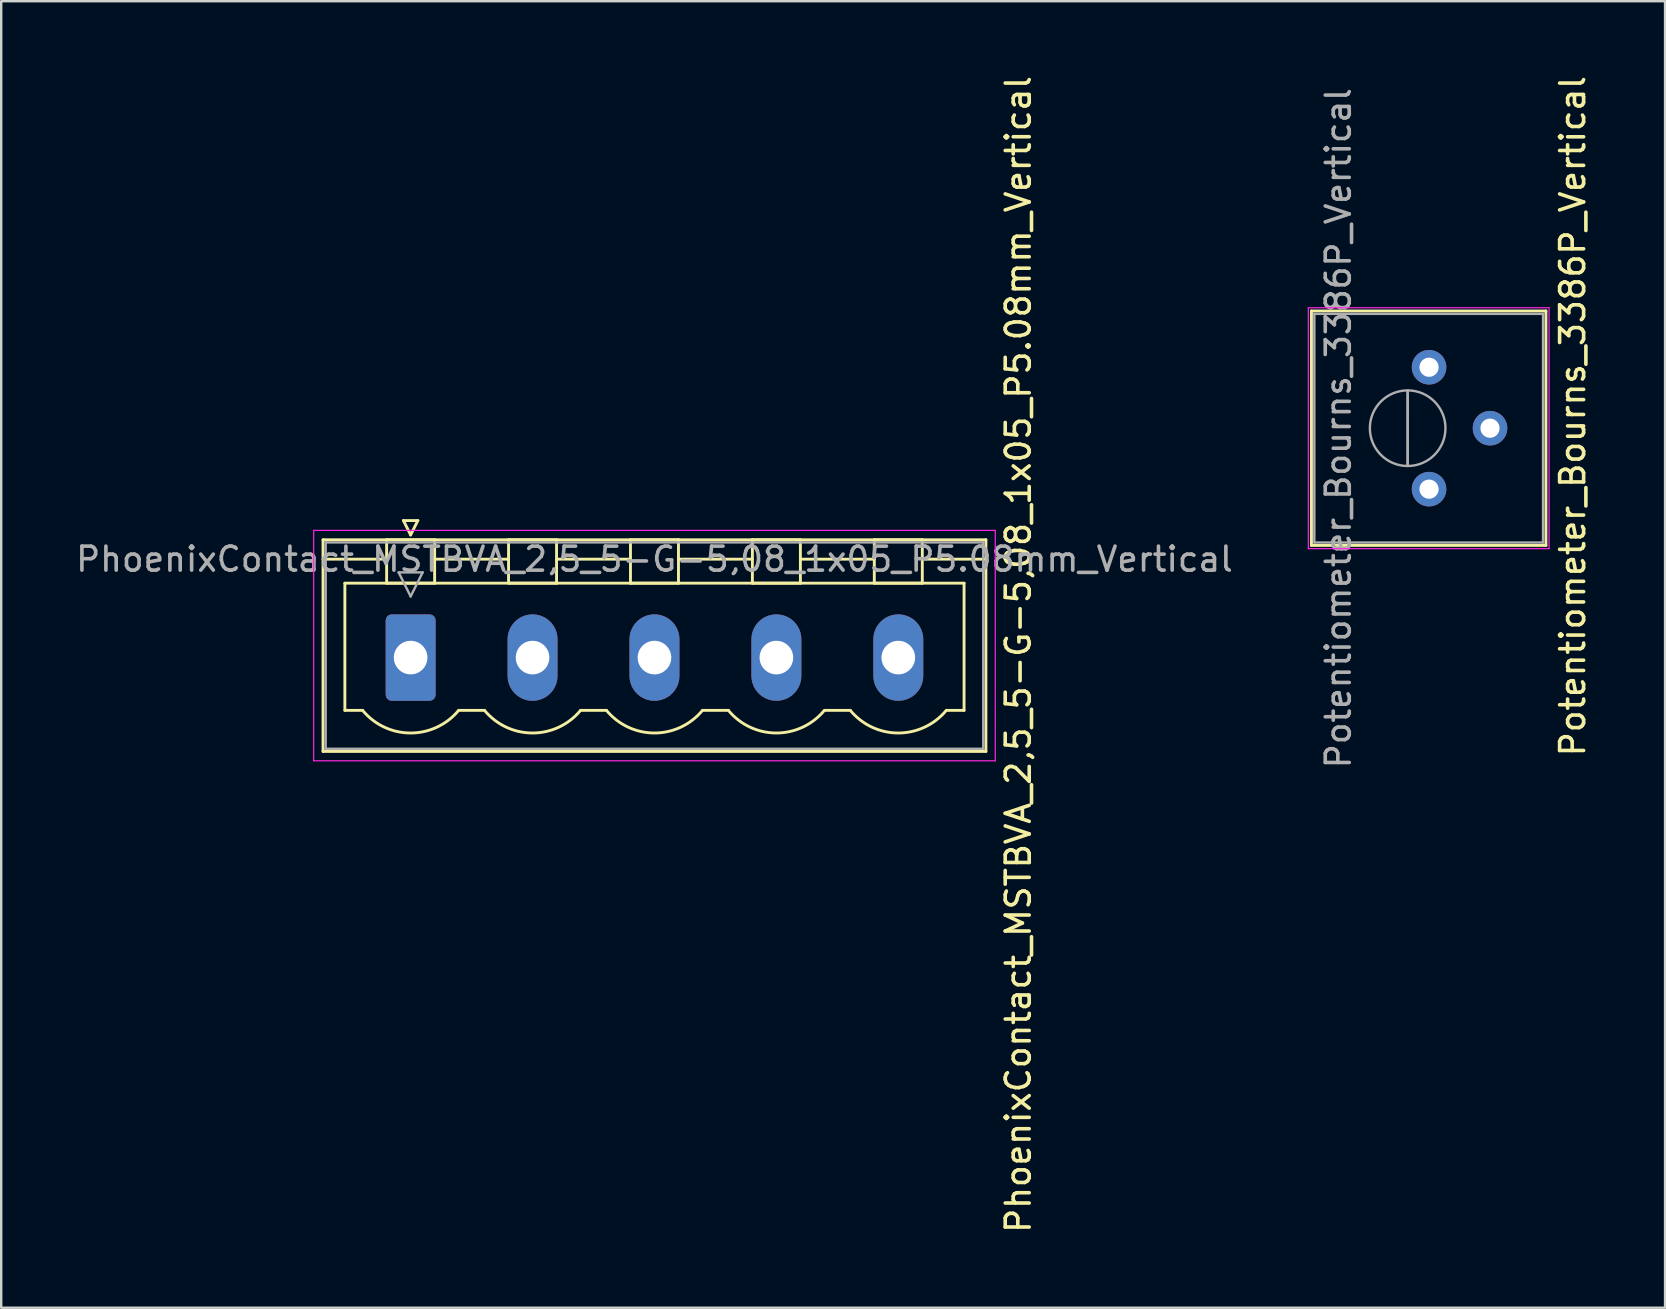
<source format=kicad_pcb>
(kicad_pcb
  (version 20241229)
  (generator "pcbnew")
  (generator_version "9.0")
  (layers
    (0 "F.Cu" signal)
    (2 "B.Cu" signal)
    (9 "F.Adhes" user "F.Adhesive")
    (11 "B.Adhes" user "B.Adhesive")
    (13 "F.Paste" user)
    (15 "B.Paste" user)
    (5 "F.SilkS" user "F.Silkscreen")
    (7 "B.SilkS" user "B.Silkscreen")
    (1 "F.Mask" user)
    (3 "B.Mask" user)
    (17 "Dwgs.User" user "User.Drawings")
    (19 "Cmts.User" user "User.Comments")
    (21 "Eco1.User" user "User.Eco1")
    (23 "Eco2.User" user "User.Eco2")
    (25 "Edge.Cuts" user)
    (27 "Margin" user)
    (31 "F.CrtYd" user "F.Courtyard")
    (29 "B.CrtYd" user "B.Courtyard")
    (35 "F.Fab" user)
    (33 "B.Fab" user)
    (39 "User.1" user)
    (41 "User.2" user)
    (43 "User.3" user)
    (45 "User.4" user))
  (footprint "Potentiometer_Bourns_3386P_Vertical"
    (layer "F.Cu")
    (at 56.495 17.332)
    (property "Reference" "Potentiometer_Bourns_3386P_Vertical" (at 5.985 -3.04 90) (layer "F.SilkS") (effects (font (size 1 1) (thickness 0.15))))
    (attr through_hole)
    (fp_line (start -4.9 -7.425) (end -4.9 2.345) (stroke (width 0.12) (type solid)) (layer "F.SilkS"))
    (fp_line (start -4.9 -7.425) (end 4.87 -7.425) (stroke (width 0.12) (type solid)) (layer "F.SilkS"))
    (fp_line (start -4.9 2.345) (end 4.87 2.345) (stroke (width 0.12) (type solid)) (layer "F.SilkS"))
    (fp_line (start 4.87 -7.425) (end 4.87 2.345) (stroke (width 0.12) (type solid)) (layer "F.SilkS"))
    (fp_line (start -5.03 -7.56) (end -5.03 2.48) (stroke (width 0.05) (type solid)) (layer "F.CrtYd"))
    (fp_line (start -5.03 2.48) (end 5 2.48) (stroke (width 0.05) (type solid)) (layer "F.CrtYd"))
    (fp_line (start 5 -7.56) (end -5.03 -7.56) (stroke (width 0.05) (type solid)) (layer "F.CrtYd"))
    (fp_line (start 5 2.48) (end 5 -7.56) (stroke (width 0.05) (type solid)) (layer "F.CrtYd"))
    (fp_line (start -4.78 -7.305) (end -4.78 2.225) (stroke (width 0.1) (type solid)) (layer "F.Fab"))
    (fp_line (start -4.78 2.225) (end 4.75 2.225) (stroke (width 0.1) (type solid)) (layer "F.Fab"))
    (fp_line (start -0.891 -0.98) (end -0.89 -4.099) (stroke (width 0.1) (type solid)) (layer "F.Fab"))
    (fp_line (start -0.891 -0.98) (end -0.89 -4.099) (stroke (width 0.1) (type solid)) (layer "F.Fab"))
    (fp_line (start 4.75 -7.305) (end -4.78 -7.305) (stroke (width 0.1) (type solid)) (layer "F.Fab"))
    (fp_line (start 4.75 2.225) (end 4.75 -7.305) (stroke (width 0.1) (type solid)) (layer "F.Fab"))
    (fp_circle (center -0.891 -2.54) (end 0.684 -2.54) (stroke (width 0.1) (type solid)) (fill no) (layer "F.Fab"))
    (fp_text user "${REFERENCE}" (at -3.78 -2.54 90) (layer "F.Fab") (effects (font (size 1 1) (thickness 0.15))))
    (pad "1" thru_hole circle (at 0 0) (size 1.44 1.44) (drill 0.8) (layers "*.Cu" "*.Mask"))
    (pad "2" thru_hole circle (at 2.54 -2.54) (size 1.44 1.44) (drill 0.8) (layers "*.Cu" "*.Mask"))
    (pad "3" thru_hole circle (at 0 -5.08) (size 1.44 1.44) (drill 0.8) (layers "*.Cu" "*.Mask")))
  (footprint "PhoenixContact_MSTBVA_2,5_5-G-5,08_1x05_P5.08mm_Vertical"
    (layer "F.Cu")
    (at 14.06 24.35)
    (property "Reference" "PhoenixContact_MSTBVA_2,5_5-G-5,08_1x05_P5.08mm_Vertical" (at 25.32 -0.13 270) (layer "F.SilkS") (effects (font (size 1 1) (thickness 0.15))))
    (attr through_hole)
    (fp_line (start -3.65 -4.91) (end -3.65 3.91) (stroke (width 0.12) (type solid)) (layer "F.SilkS"))
    (fp_line (start -3.65 -4.1) (end -1.11 -4.1) (stroke (width 0.12) (type solid)) (layer "F.SilkS"))
    (fp_line (start -3.65 3.91) (end 23.97 3.91) (stroke (width 0.12) (type solid)) (layer "F.SilkS"))
    (fp_line (start -2.74 -3.1) (end 23.06 -3.1) (stroke (width 0.12) (type solid)) (layer "F.SilkS"))
    (fp_line (start -2.74 2.2) (end -2.74 -3.1) (stroke (width 0.12) (type solid)) (layer "F.SilkS"))
    (fp_line (start -2 2.2) (end -2.74 2.2) (stroke (width 0.12) (type solid)) (layer "F.SilkS"))
    (fp_line (start -1 -4.91) (end 1 -4.91) (stroke (width 0.12) (type solid)) (layer "F.SilkS"))
    (fp_line (start -1 -3.1) (end -1 -4.91) (stroke (width 0.12) (type solid)) (layer "F.SilkS"))
    (fp_line (start -0.3 -5.71) (end 0.3 -5.71) (stroke (width 0.12) (type solid)) (layer "F.SilkS"))
    (fp_line (start 0 -5.11) (end -0.3 -5.71) (stroke (width 0.12) (type solid)) (layer "F.SilkS"))
    (fp_line (start 0.3 -5.71) (end 0 -5.11) (stroke (width 0.12) (type solid)) (layer "F.SilkS"))
    (fp_line (start 1 -4.91) (end 1 -3.1) (stroke (width 0.12) (type solid)) (layer "F.SilkS"))
    (fp_line (start 1 -4.1) (end 4.08 -4.1) (stroke (width 0.12) (type solid)) (layer "F.SilkS"))
    (fp_line (start 1 -3.1) (end -1 -3.1) (stroke (width 0.12) (type solid)) (layer "F.SilkS"))
    (fp_line (start 2 2.2) (end 3.08 2.2) (stroke (width 0.12) (type solid)) (layer "F.SilkS"))
    (fp_line (start 4.08 -4.91) (end 6.08 -4.91) (stroke (width 0.12) (type solid)) (layer "F.SilkS"))
    (fp_line (start 4.08 -3.1) (end 4.08 -4.91) (stroke (width 0.12) (type solid)) (layer "F.SilkS"))
    (fp_line (start 6.08 -4.91) (end 6.08 -3.1) (stroke (width 0.12) (type solid)) (layer "F.SilkS"))
    (fp_line (start 6.08 -4.1) (end 9.16 -4.1) (stroke (width 0.12) (type solid)) (layer "F.SilkS"))
    (fp_line (start 6.08 -3.1) (end 4.08 -3.1) (stroke (width 0.12) (type solid)) (layer "F.SilkS"))
    (fp_line (start 7.08 2.2) (end 8.16 2.2) (stroke (width 0.12) (type solid)) (layer "F.SilkS"))
    (fp_line (start 9.16 -4.91) (end 11.16 -4.91) (stroke (width 0.12) (type solid)) (layer "F.SilkS"))
    (fp_line (start 9.16 -3.1) (end 9.16 -4.91) (stroke (width 0.12) (type solid)) (layer "F.SilkS"))
    (fp_line (start 11.16 -4.91) (end 11.16 -3.1) (stroke (width 0.12) (type solid)) (layer "F.SilkS"))
    (fp_line (start 11.16 -4.1) (end 14.24 -4.1) (stroke (width 0.12) (type solid)) (layer "F.SilkS"))
    (fp_line (start 11.16 -3.1) (end 9.16 -3.1) (stroke (width 0.12) (type solid)) (layer "F.SilkS"))
    (fp_line (start 12.16 2.2) (end 13.24 2.2) (stroke (width 0.12) (type solid)) (layer "F.SilkS"))
    (fp_line (start 14.24 -4.91) (end 16.24 -4.91) (stroke (width 0.12) (type solid)) (layer "F.SilkS"))
    (fp_line (start 14.24 -3.1) (end 14.24 -4.91) (stroke (width 0.12) (type solid)) (layer "F.SilkS"))
    (fp_line (start 16.24 -4.91) (end 16.24 -3.1) (stroke (width 0.12) (type solid)) (layer "F.SilkS"))
    (fp_line (start 16.24 -4.1) (end 19.32 -4.1) (stroke (width 0.12) (type solid)) (layer "F.SilkS"))
    (fp_line (start 16.24 -3.1) (end 14.24 -3.1) (stroke (width 0.12) (type solid)) (layer "F.SilkS"))
    (fp_line (start 17.24 2.2) (end 18.32 2.2) (stroke (width 0.12) (type solid)) (layer "F.SilkS"))
    (fp_line (start 19.32 -4.91) (end 21.32 -4.91) (stroke (width 0.12) (type solid)) (layer "F.SilkS"))
    (fp_line (start 19.32 -3.1) (end 19.32 -4.91) (stroke (width 0.12) (type solid)) (layer "F.SilkS"))
    (fp_line (start 21.32 -4.91) (end 21.32 -3.1) (stroke (width 0.12) (type solid)) (layer "F.SilkS"))
    (fp_line (start 21.32 -3.1) (end 19.32 -3.1) (stroke (width 0.12) (type solid)) (layer "F.SilkS"))
    (fp_line (start 23.06 -3.1) (end 23.06 2.2) (stroke (width 0.12) (type solid)) (layer "F.SilkS"))
    (fp_line (start 23.06 2.2) (end 22.32 2.2) (stroke (width 0.12) (type solid)) (layer "F.SilkS"))
    (fp_line (start 23.97 -4.91) (end -3.65 -4.91) (stroke (width 0.12) (type solid)) (layer "F.SilkS"))
    (fp_line (start 23.97 -4.1) (end 21.43 -4.1) (stroke (width 0.12) (type solid)) (layer "F.SilkS"))
    (fp_line (start 23.97 3.91) (end 23.97 -4.91) (stroke (width 0.12) (type solid)) (layer "F.SilkS"))
    (fp_arc (start 1.986842 2.215821) (mid -0.010289 3.142758) (end -2 2.2) (stroke (width 0.12) (type solid)) (layer "F.SilkS"))
    (fp_arc (start 7.066842 2.215821) (mid 5.069711 3.142758) (end 3.08 2.2) (stroke (width 0.12) (type solid)) (layer "F.SilkS"))
    (fp_arc (start 12.146842 2.215821) (mid 10.149711 3.142758) (end 8.16 2.2) (stroke (width 0.12) (type solid)) (layer "F.SilkS"))
    (fp_arc (start 17.226842 2.215821) (mid 15.229711 3.142758) (end 13.24 2.2) (stroke (width 0.12) (type solid)) (layer "F.SilkS"))
    (fp_arc (start 22.306842 2.215821) (mid 20.309711 3.142758) (end 18.32 2.2) (stroke (width 0.12) (type solid)) (layer "F.SilkS"))
    (fp_line (start -4.04 -5.3) (end -4.04 4.3) (stroke (width 0.05) (type solid)) (layer "F.CrtYd"))
    (fp_line (start -4.04 4.3) (end 24.36 4.3) (stroke (width 0.05) (type solid)) (layer "F.CrtYd"))
    (fp_line (start 24.36 -5.3) (end -4.04 -5.3) (stroke (width 0.05) (type solid)) (layer "F.CrtYd"))
    (fp_line (start 24.36 4.3) (end 24.36 -5.3) (stroke (width 0.05) (type solid)) (layer "F.CrtYd"))
    (fp_line (start -3.54 -4.8) (end -3.54 3.8) (stroke (width 0.1) (type solid)) (layer "F.Fab"))
    (fp_line (start -3.54 3.8) (end 23.86 3.8) (stroke (width 0.1) (type solid)) (layer "F.Fab"))
    (fp_line (start -0.5 -3.55) (end 0.5 -3.55) (stroke (width 0.1) (type solid)) (layer "F.Fab"))
    (fp_line (start 0 -2.55) (end -0.5 -3.55) (stroke (width 0.1) (type solid)) (layer "F.Fab"))
    (fp_line (start 0.5 -3.55) (end 0 -2.55) (stroke (width 0.1) (type solid)) (layer "F.Fab"))
    (fp_line (start 23.86 -4.8) (end -3.54 -4.8) (stroke (width 0.1) (type solid)) (layer "F.Fab"))
    (fp_line (start 23.86 3.8) (end 23.86 -4.8) (stroke (width 0.1) (type solid)) (layer "F.Fab"))
    (fp_text user "${REFERENCE}" (at 10.16 -4.1 180) (layer "F.Fab") (effects (font (size 1 1) (thickness 0.15))))
    (pad "1" thru_hole roundrect (at 0 0) (size 2.08 3.6) (drill 1.4) (layers "*.Cu" "*.Mask") (roundrect_rratio 0.12))
    (pad "2" thru_hole oval (at 5.08 0) (size 2.08 3.6) (drill 1.4) (layers "*.Cu" "*.Mask"))
    (pad "3" thru_hole oval (at 10.16 0) (size 2.08 3.6) (drill 1.4) (layers "*.Cu" "*.Mask"))
    (pad "4" thru_hole oval (at 15.24 0) (size 2.08 3.6) (drill 1.4) (layers "*.Cu" "*.Mask"))
    (pad "5" thru_hole oval (at 20.32 0) (size 2.08 3.6) (drill 1.4) (layers "*.Cu" "*.Mask")))
  (gr_rect
    (start -3 -3)
    (end 66.329 51.44)
    (stroke (width 0.1) (type default))
    (fill no)
    (layer "Edge.Cuts")))
</source>
